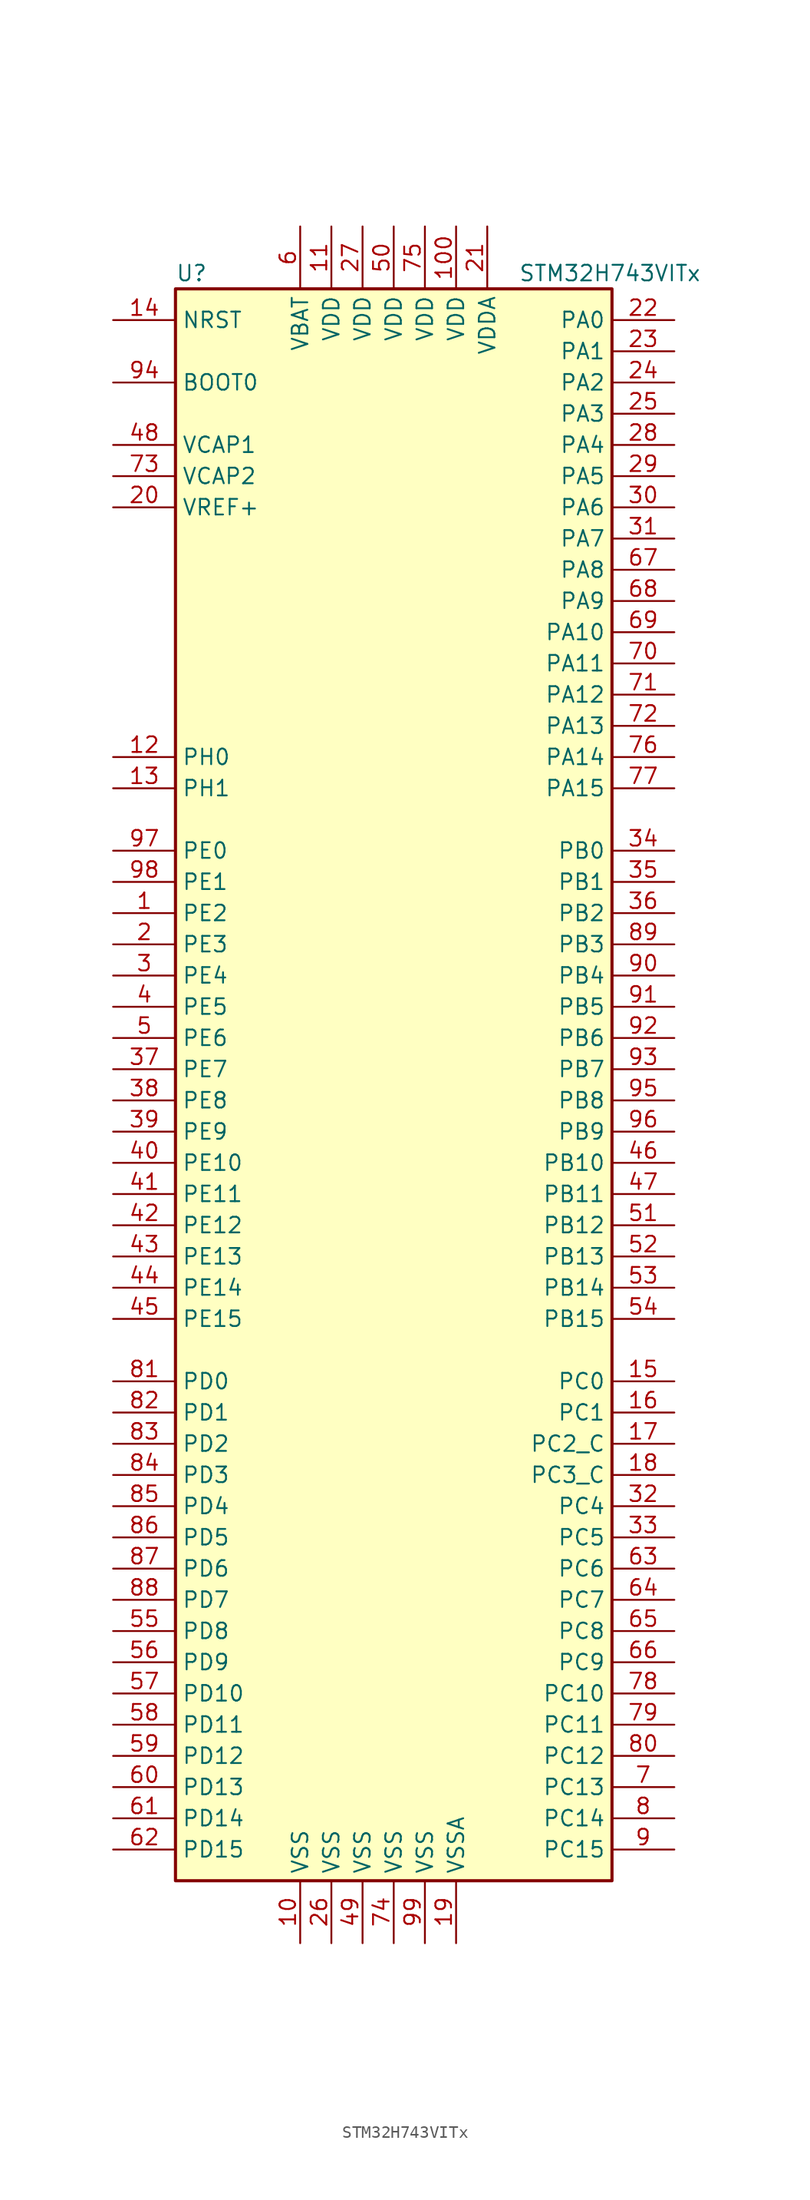
<source format=kicad_sym>
(kicad_symbol_lib
  (version 20201005)
  (generator kicad_symbol_editor)
  (symbol "STM32H743VITx"
    (property "Reference" "U"
      (at -17.78 64.77 0)
      (effects (font (size 1.27 1.27)) (justify left)))
    (property "Value" "STM32H743VITx"
      (at 10.16 64.77 0)
      (effects (font (size 1.27 1.27)) (justify left)))
    (symbol "STM32H743VITx_0_1"
      (rectangle (start -17.78 -66.04) (end 17.78 63.5) (stroke (width 0.254)) (fill (type background))))
    (symbol "STM32H743VITx_1_1"
      (pin input line (at -22.86 55.88 0) (length 5.08) (name "BOOT0" (effects (font (size 1.27 1.27)))) (number "94" (effects (font (size 1.27 1.27)))))
      (pin input line (at -22.86 60.96 0) (length 5.08) (name "NRST" (effects (font (size 1.27 1.27)))) (number "14" (effects (font (size 1.27 1.27)))))
      (pin bidirectional line (at 22.86 60.96 180) (length 5.08) (name "PA0" (effects (font (size 1.27 1.27)))) (number "22" (effects (font (size 1.27 1.27)))))
      (pin bidirectional line (at 22.86 58.42 180) (length 5.08) (name "PA1" (effects (font (size 1.27 1.27)))) (number "23" (effects (font (size 1.27 1.27)))))
      (pin bidirectional line (at 22.86 35.56 180) (length 5.08) (name "PA10" (effects (font (size 1.27 1.27)))) (number "69" (effects (font (size 1.27 1.27)))))
      (pin bidirectional line (at 22.86 33.02 180) (length 5.08) (name "PA11" (effects (font (size 1.27 1.27)))) (number "70" (effects (font (size 1.27 1.27)))))
      (pin bidirectional line (at 22.86 30.48 180) (length 5.08) (name "PA12" (effects (font (size 1.27 1.27)))) (number "71" (effects (font (size 1.27 1.27)))))
      (pin bidirectional line (at 22.86 27.94 180) (length 5.08) (name "PA13" (effects (font (size 1.27 1.27)))) (number "72" (effects (font (size 1.27 1.27)))))
      (pin bidirectional line (at 22.86 25.4 180) (length 5.08) (name "PA14" (effects (font (size 1.27 1.27)))) (number "76" (effects (font (size 1.27 1.27)))))
      (pin bidirectional line (at 22.86 22.86 180) (length 5.08) (name "PA15" (effects (font (size 1.27 1.27)))) (number "77" (effects (font (size 1.27 1.27)))))
      (pin bidirectional line (at 22.86 55.88 180) (length 5.08) (name "PA2" (effects (font (size 1.27 1.27)))) (number "24" (effects (font (size 1.27 1.27)))))
      (pin bidirectional line (at 22.86 53.34 180) (length 5.08) (name "PA3" (effects (font (size 1.27 1.27)))) (number "25" (effects (font (size 1.27 1.27)))))
      (pin bidirectional line (at 22.86 50.8 180) (length 5.08) (name "PA4" (effects (font (size 1.27 1.27)))) (number "28" (effects (font (size 1.27 1.27)))))
      (pin bidirectional line (at 22.86 48.26 180) (length 5.08) (name "PA5" (effects (font (size 1.27 1.27)))) (number "29" (effects (font (size 1.27 1.27)))))
      (pin bidirectional line (at 22.86 45.72 180) (length 5.08) (name "PA6" (effects (font (size 1.27 1.27)))) (number "30" (effects (font (size 1.27 1.27)))))
      (pin bidirectional line (at 22.86 43.18 180) (length 5.08) (name "PA7" (effects (font (size 1.27 1.27)))) (number "31" (effects (font (size 1.27 1.27)))))
      (pin bidirectional line (at 22.86 40.64 180) (length 5.08) (name "PA8" (effects (font (size 1.27 1.27)))) (number "67" (effects (font (size 1.27 1.27)))))
      (pin bidirectional line (at 22.86 38.1 180) (length 5.08) (name "PA9" (effects (font (size 1.27 1.27)))) (number "68" (effects (font (size 1.27 1.27)))))
      (pin bidirectional line (at 22.86 17.78 180) (length 5.08) (name "PB0" (effects (font (size 1.27 1.27)))) (number "34" (effects (font (size 1.27 1.27)))))
      (pin bidirectional line (at 22.86 15.24 180) (length 5.08) (name "PB1" (effects (font (size 1.27 1.27)))) (number "35" (effects (font (size 1.27 1.27)))))
      (pin bidirectional line (at 22.86 -7.62 180) (length 5.08) (name "PB10" (effects (font (size 1.27 1.27)))) (number "46" (effects (font (size 1.27 1.27)))))
      (pin bidirectional line (at 22.86 -10.16 180) (length 5.08) (name "PB11" (effects (font (size 1.27 1.27)))) (number "47" (effects (font (size 1.27 1.27)))))
      (pin bidirectional line (at 22.86 -12.7 180) (length 5.08) (name "PB12" (effects (font (size 1.27 1.27)))) (number "51" (effects (font (size 1.27 1.27)))))
      (pin bidirectional line (at 22.86 -15.24 180) (length 5.08) (name "PB13" (effects (font (size 1.27 1.27)))) (number "52" (effects (font (size 1.27 1.27)))))
      (pin bidirectional line (at 22.86 -17.78 180) (length 5.08) (name "PB14" (effects (font (size 1.27 1.27)))) (number "53" (effects (font (size 1.27 1.27)))))
      (pin bidirectional line (at 22.86 -20.32 180) (length 5.08) (name "PB15" (effects (font (size 1.27 1.27)))) (number "54" (effects (font (size 1.27 1.27)))))
      (pin bidirectional line (at 22.86 12.7 180) (length 5.08) (name "PB2" (effects (font (size 1.27 1.27)))) (number "36" (effects (font (size 1.27 1.27)))))
      (pin bidirectional line (at 22.86 10.16 180) (length 5.08) (name "PB3" (effects (font (size 1.27 1.27)))) (number "89" (effects (font (size 1.27 1.27)))))
      (pin bidirectional line (at 22.86 7.62 180) (length 5.08) (name "PB4" (effects (font (size 1.27 1.27)))) (number "90" (effects (font (size 1.27 1.27)))))
      (pin bidirectional line (at 22.86 5.08 180) (length 5.08) (name "PB5" (effects (font (size 1.27 1.27)))) (number "91" (effects (font (size 1.27 1.27)))))
      (pin bidirectional line (at 22.86 2.54 180) (length 5.08) (name "PB6" (effects (font (size 1.27 1.27)))) (number "92" (effects (font (size 1.27 1.27)))))
      (pin bidirectional line (at 22.86 0 180) (length 5.08) (name "PB7" (effects (font (size 1.27 1.27)))) (number "93" (effects (font (size 1.27 1.27)))))
      (pin bidirectional line (at 22.86 -2.54 180) (length 5.08) (name "PB8" (effects (font (size 1.27 1.27)))) (number "95" (effects (font (size 1.27 1.27)))))
      (pin bidirectional line (at 22.86 -5.08 180) (length 5.08) (name "PB9" (effects (font (size 1.27 1.27)))) (number "96" (effects (font (size 1.27 1.27)))))
      (pin bidirectional line (at 22.86 -25.4 180) (length 5.08) (name "PC0" (effects (font (size 1.27 1.27)))) (number "15" (effects (font (size 1.27 1.27)))))
      (pin bidirectional line (at 22.86 -27.94 180) (length 5.08) (name "PC1" (effects (font (size 1.27 1.27)))) (number "16" (effects (font (size 1.27 1.27)))))
      (pin bidirectional line (at 22.86 -50.8 180) (length 5.08) (name "PC10" (effects (font (size 1.27 1.27)))) (number "78" (effects (font (size 1.27 1.27)))))
      (pin bidirectional line (at 22.86 -53.34 180) (length 5.08) (name "PC11" (effects (font (size 1.27 1.27)))) (number "79" (effects (font (size 1.27 1.27)))))
      (pin bidirectional line (at 22.86 -55.88 180) (length 5.08) (name "PC12" (effects (font (size 1.27 1.27)))) (number "80" (effects (font (size 1.27 1.27)))))
      (pin bidirectional line (at 22.86 -58.42 180) (length 5.08) (name "PC13" (effects (font (size 1.27 1.27)))) (number "7" (effects (font (size 1.27 1.27)))))
      (pin bidirectional line (at 22.86 -60.96 180) (length 5.08) (name "PC14" (effects (font (size 1.27 1.27)))) (number "8" (effects (font (size 1.27 1.27)))))
      (pin bidirectional line (at 22.86 -63.5 180) (length 5.08) (name "PC15" (effects (font (size 1.27 1.27)))) (number "9" (effects (font (size 1.27 1.27)))))
      (pin bidirectional line (at 22.86 -30.48 180) (length 5.08) (name "PC2_C" (effects (font (size 1.27 1.27)))) (number "17" (effects (font (size 1.27 1.27)))))
      (pin bidirectional line (at 22.86 -33.02 180) (length 5.08) (name "PC3_C" (effects (font (size 1.27 1.27)))) (number "18" (effects (font (size 1.27 1.27)))))
      (pin bidirectional line (at 22.86 -35.56 180) (length 5.08) (name "PC4" (effects (font (size 1.27 1.27)))) (number "32" (effects (font (size 1.27 1.27)))))
      (pin bidirectional line (at 22.86 -38.1 180) (length 5.08) (name "PC5" (effects (font (size 1.27 1.27)))) (number "33" (effects (font (size 1.27 1.27)))))
      (pin bidirectional line (at 22.86 -40.64 180) (length 5.08) (name "PC6" (effects (font (size 1.27 1.27)))) (number "63" (effects (font (size 1.27 1.27)))))
      (pin bidirectional line (at 22.86 -43.18 180) (length 5.08) (name "PC7" (effects (font (size 1.27 1.27)))) (number "64" (effects (font (size 1.27 1.27)))))
      (pin bidirectional line (at 22.86 -45.72 180) (length 5.08) (name "PC8" (effects (font (size 1.27 1.27)))) (number "65" (effects (font (size 1.27 1.27)))))
      (pin bidirectional line (at 22.86 -48.26 180) (length 5.08) (name "PC9" (effects (font (size 1.27 1.27)))) (number "66" (effects (font (size 1.27 1.27)))))
      (pin bidirectional line (at -22.86 -25.4 0) (length 5.08) (name "PD0" (effects (font (size 1.27 1.27)))) (number "81" (effects (font (size 1.27 1.27)))))
      (pin bidirectional line (at -22.86 -27.94 0) (length 5.08) (name "PD1" (effects (font (size 1.27 1.27)))) (number "82" (effects (font (size 1.27 1.27)))))
      (pin bidirectional line (at -22.86 -50.8 0) (length 5.08) (name "PD10" (effects (font (size 1.27 1.27)))) (number "57" (effects (font (size 1.27 1.27)))))
      (pin bidirectional line (at -22.86 -53.34 0) (length 5.08) (name "PD11" (effects (font (size 1.27 1.27)))) (number "58" (effects (font (size 1.27 1.27)))))
      (pin bidirectional line (at -22.86 -55.88 0) (length 5.08) (name "PD12" (effects (font (size 1.27 1.27)))) (number "59" (effects (font (size 1.27 1.27)))))
      (pin bidirectional line (at -22.86 -58.42 0) (length 5.08) (name "PD13" (effects (font (size 1.27 1.27)))) (number "60" (effects (font (size 1.27 1.27)))))
      (pin bidirectional line (at -22.86 -60.96 0) (length 5.08) (name "PD14" (effects (font (size 1.27 1.27)))) (number "61" (effects (font (size 1.27 1.27)))))
      (pin bidirectional line (at -22.86 -63.5 0) (length 5.08) (name "PD15" (effects (font (size 1.27 1.27)))) (number "62" (effects (font (size 1.27 1.27)))))
      (pin bidirectional line (at -22.86 -30.48 0) (length 5.08) (name "PD2" (effects (font (size 1.27 1.27)))) (number "83" (effects (font (size 1.27 1.27)))))
      (pin bidirectional line (at -22.86 -33.02 0) (length 5.08) (name "PD3" (effects (font (size 1.27 1.27)))) (number "84" (effects (font (size 1.27 1.27)))))
      (pin bidirectional line (at -22.86 -35.56 0) (length 5.08) (name "PD4" (effects (font (size 1.27 1.27)))) (number "85" (effects (font (size 1.27 1.27)))))
      (pin bidirectional line (at -22.86 -38.1 0) (length 5.08) (name "PD5" (effects (font (size 1.27 1.27)))) (number "86" (effects (font (size 1.27 1.27)))))
      (pin bidirectional line (at -22.86 -40.64 0) (length 5.08) (name "PD6" (effects (font (size 1.27 1.27)))) (number "87" (effects (font (size 1.27 1.27)))))
      (pin bidirectional line (at -22.86 -43.18 0) (length 5.08) (name "PD7" (effects (font (size 1.27 1.27)))) (number "88" (effects (font (size 1.27 1.27)))))
      (pin bidirectional line (at -22.86 -45.72 0) (length 5.08) (name "PD8" (effects (font (size 1.27 1.27)))) (number "55" (effects (font (size 1.27 1.27)))))
      (pin bidirectional line (at -22.86 -48.26 0) (length 5.08) (name "PD9" (effects (font (size 1.27 1.27)))) (number "56" (effects (font (size 1.27 1.27)))))
      (pin bidirectional line (at -22.86 17.78 0) (length 5.08) (name "PE0" (effects (font (size 1.27 1.27)))) (number "97" (effects (font (size 1.27 1.27)))))
      (pin bidirectional line (at -22.86 15.24 0) (length 5.08) (name "PE1" (effects (font (size 1.27 1.27)))) (number "98" (effects (font (size 1.27 1.27)))))
      (pin bidirectional line (at -22.86 -7.62 0) (length 5.08) (name "PE10" (effects (font (size 1.27 1.27)))) (number "40" (effects (font (size 1.27 1.27)))))
      (pin bidirectional line (at -22.86 -10.16 0) (length 5.08) (name "PE11" (effects (font (size 1.27 1.27)))) (number "41" (effects (font (size 1.27 1.27)))))
      (pin bidirectional line (at -22.86 -12.7 0) (length 5.08) (name "PE12" (effects (font (size 1.27 1.27)))) (number "42" (effects (font (size 1.27 1.27)))))
      (pin bidirectional line (at -22.86 -15.24 0) (length 5.08) (name "PE13" (effects (font (size 1.27 1.27)))) (number "43" (effects (font (size 1.27 1.27)))))
      (pin bidirectional line (at -22.86 -17.78 0) (length 5.08) (name "PE14" (effects (font (size 1.27 1.27)))) (number "44" (effects (font (size 1.27 1.27)))))
      (pin bidirectional line (at -22.86 -20.32 0) (length 5.08) (name "PE15" (effects (font (size 1.27 1.27)))) (number "45" (effects (font (size 1.27 1.27)))))
      (pin bidirectional line (at -22.86 12.7 0) (length 5.08) (name "PE2" (effects (font (size 1.27 1.27)))) (number "1" (effects (font (size 1.27 1.27)))))
      (pin bidirectional line (at -22.86 10.16 0) (length 5.08) (name "PE3" (effects (font (size 1.27 1.27)))) (number "2" (effects (font (size 1.27 1.27)))))
      (pin bidirectional line (at -22.86 7.62 0) (length 5.08) (name "PE4" (effects (font (size 1.27 1.27)))) (number "3" (effects (font (size 1.27 1.27)))))
      (pin bidirectional line (at -22.86 5.08 0) (length 5.08) (name "PE5" (effects (font (size 1.27 1.27)))) (number "4" (effects (font (size 1.27 1.27)))))
      (pin bidirectional line (at -22.86 2.54 0) (length 5.08) (name "PE6" (effects (font (size 1.27 1.27)))) (number "5" (effects (font (size 1.27 1.27)))))
      (pin bidirectional line (at -22.86 0 0) (length 5.08) (name "PE7" (effects (font (size 1.27 1.27)))) (number "37" (effects (font (size 1.27 1.27)))))
      (pin bidirectional line (at -22.86 -2.54 0) (length 5.08) (name "PE8" (effects (font (size 1.27 1.27)))) (number "38" (effects (font (size 1.27 1.27)))))
      (pin bidirectional line (at -22.86 -5.08 0) (length 5.08) (name "PE9" (effects (font (size 1.27 1.27)))) (number "39" (effects (font (size 1.27 1.27)))))
      (pin input line (at -22.86 25.4 0) (length 5.08) (name "PH0" (effects (font (size 1.27 1.27)))) (number "12" (effects (font (size 1.27 1.27)))))
      (pin input line (at -22.86 22.86 0) (length 5.08) (name "PH1" (effects (font (size 1.27 1.27)))) (number "13" (effects (font (size 1.27 1.27)))))
      (pin power_in line (at -7.62 68.58 270) (length 5.08) (name "VBAT" (effects (font (size 1.27 1.27)))) (number "6" (effects (font (size 1.27 1.27)))))
      (pin power_in line (at -22.86 50.8 0) (length 5.08) (name "VCAP1" (effects (font (size 1.27 1.27)))) (number "48" (effects (font (size 1.27 1.27)))))
      (pin power_in line (at -22.86 48.26 0) (length 5.08) (name "VCAP2" (effects (font (size 1.27 1.27)))) (number "73" (effects (font (size 1.27 1.27)))))
      (pin power_in line (at 5.08 68.58 270) (length 5.08) (name "VDD" (effects (font (size 1.27 1.27)))) (number "100" (effects (font (size 1.27 1.27)))))
      (pin power_in line (at -5.08 68.58 270) (length 5.08) (name "VDD" (effects (font (size 1.27 1.27)))) (number "11" (effects (font (size 1.27 1.27)))))
      (pin power_in line (at -2.54 68.58 270) (length 5.08) (name "VDD" (effects (font (size 1.27 1.27)))) (number "27" (effects (font (size 1.27 1.27)))))
      (pin power_in line (at 0 68.58 270) (length 5.08) (name "VDD" (effects (font (size 1.27 1.27)))) (number "50" (effects (font (size 1.27 1.27)))))
      (pin power_in line (at 2.54 68.58 270) (length 5.08) (name "VDD" (effects (font (size 1.27 1.27)))) (number "75" (effects (font (size 1.27 1.27)))))
      (pin power_in line (at 7.62 68.58 270) (length 5.08) (name "VDDA" (effects (font (size 1.27 1.27)))) (number "21" (effects (font (size 1.27 1.27)))))
      (pin bidirectional line (at -22.86 45.72 0) (length 5.08) (name "VREF+" (effects (font (size 1.27 1.27)))) (number "20" (effects (font (size 1.27 1.27)))))
      (pin power_in line (at -7.62 -71.12 90) (length 5.08) (name "VSS" (effects (font (size 1.27 1.27)))) (number "10" (effects (font (size 1.27 1.27)))))
      (pin power_in line (at -5.08 -71.12 90) (length 5.08) (name "VSS" (effects (font (size 1.27 1.27)))) (number "26" (effects (font (size 1.27 1.27)))))
      (pin power_in line (at -2.54 -71.12 90) (length 5.08) (name "VSS" (effects (font (size 1.27 1.27)))) (number "49" (effects (font (size 1.27 1.27)))))
      (pin power_in line (at 0 -71.12 90) (length 5.08) (name "VSS" (effects (font (size 1.27 1.27)))) (number "74" (effects (font (size 1.27 1.27)))))
      (pin power_in line (at 2.54 -71.12 90) (length 5.08) (name "VSS" (effects (font (size 1.27 1.27)))) (number "99" (effects (font (size 1.27 1.27)))))
      (pin power_in line (at 5.08 -71.12 90) (length 5.08) (name "VSSA" (effects (font (size 1.27 1.27)))) (number "19" (effects (font (size 1.27 1.27))))))))
</source>
